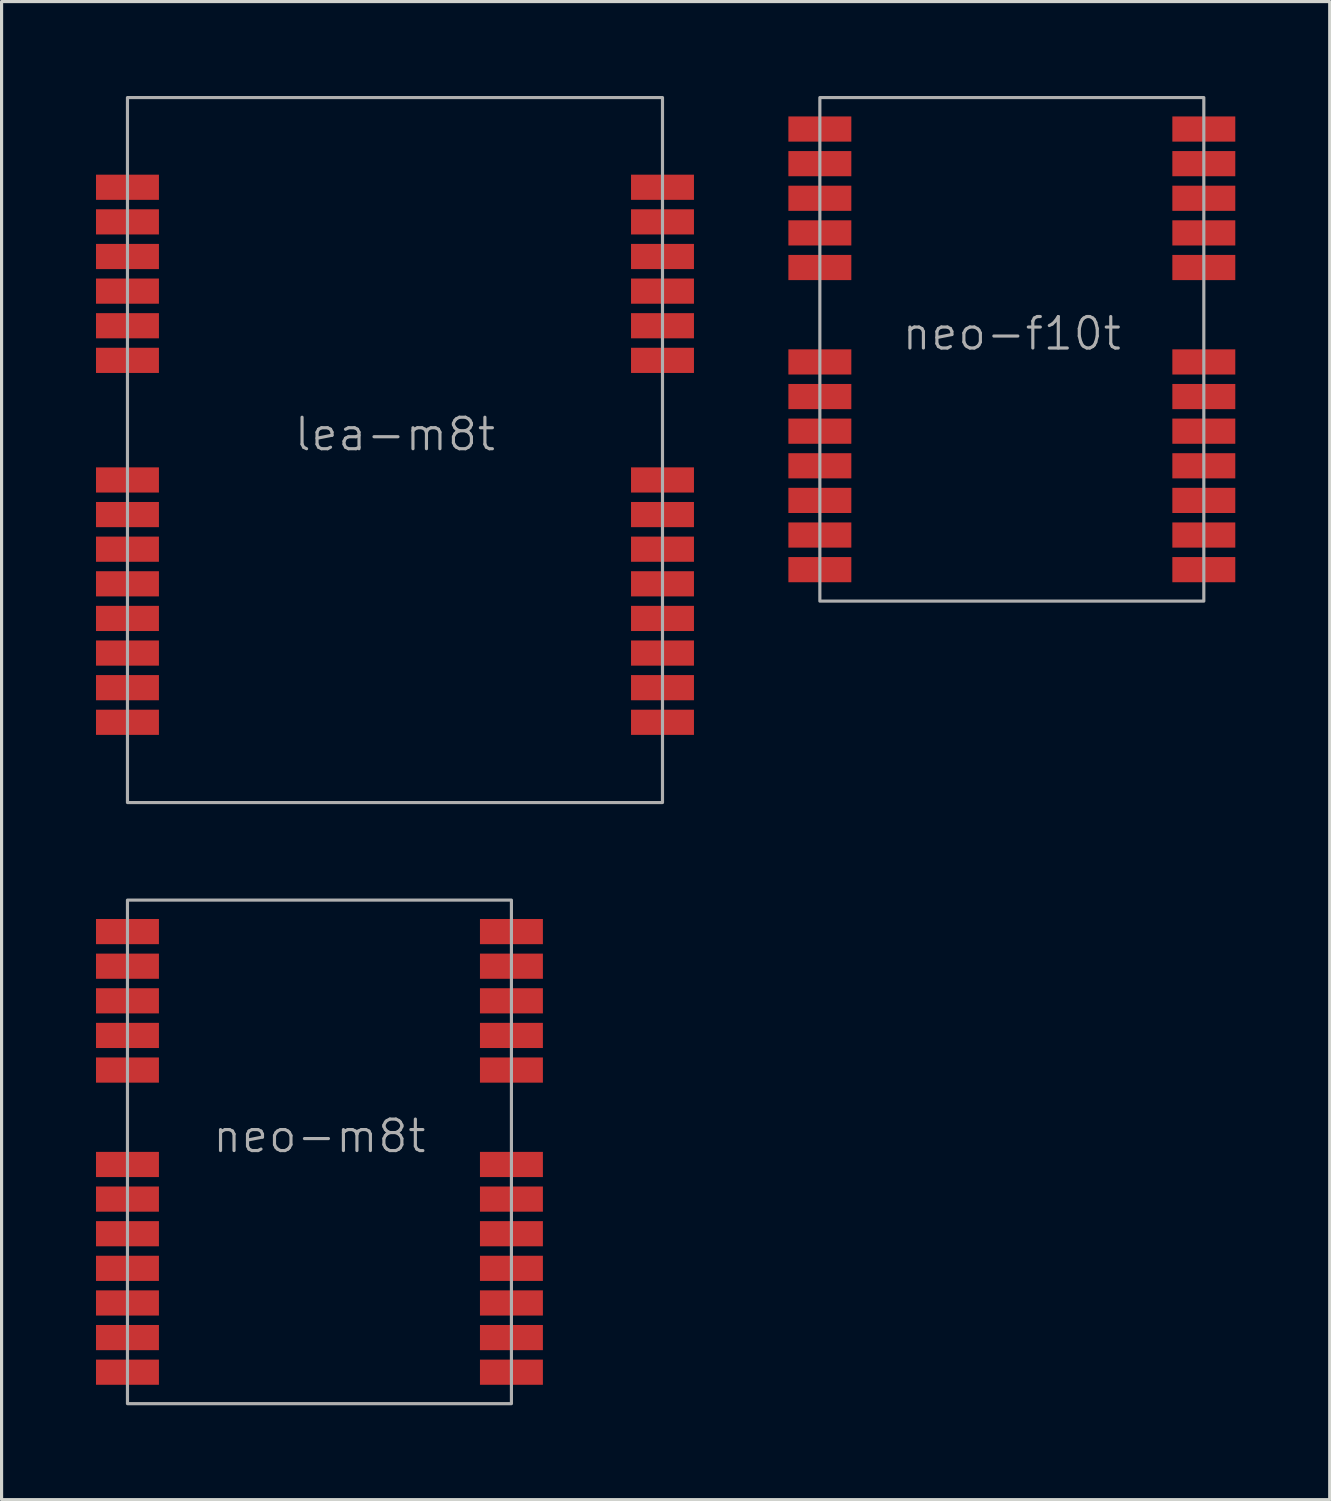
<source format=kicad_pcb>
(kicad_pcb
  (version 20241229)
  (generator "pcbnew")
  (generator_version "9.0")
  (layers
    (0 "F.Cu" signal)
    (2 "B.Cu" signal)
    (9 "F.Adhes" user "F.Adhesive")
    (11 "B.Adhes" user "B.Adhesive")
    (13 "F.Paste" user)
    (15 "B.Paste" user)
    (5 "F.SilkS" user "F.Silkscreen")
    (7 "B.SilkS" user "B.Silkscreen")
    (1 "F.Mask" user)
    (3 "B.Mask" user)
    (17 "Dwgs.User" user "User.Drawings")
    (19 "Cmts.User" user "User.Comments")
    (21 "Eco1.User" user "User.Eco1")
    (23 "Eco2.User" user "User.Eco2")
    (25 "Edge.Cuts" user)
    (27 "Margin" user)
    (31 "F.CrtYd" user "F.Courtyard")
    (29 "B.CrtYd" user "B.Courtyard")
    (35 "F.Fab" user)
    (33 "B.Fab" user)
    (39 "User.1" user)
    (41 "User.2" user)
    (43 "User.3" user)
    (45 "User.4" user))
  (footprint "lea-m8t"
    (layer "F.Cu")
    (at 9.5 11.25)
    (property "Reference" "lea-m8t" (at 0 -0.5 0) (unlocked yes) (layer "F.Fab") (effects (font (size 1 1) (thickness 0.1))))
    (attr smd)
    (fp_rect (start -8.5 11.2) (end 8.5 -11.2) (stroke (width 0.1) (type default)) (fill no) (layer "F.Fab"))
    (pad "1" smd rect (at 8.5 8.65) (size 2 0.8) (layers "F.Cu" "F.Mask" "F.Paste"))
    (pad "2" smd rect (at 8.5 7.55) (size 2 0.8) (layers "F.Cu" "F.Mask" "F.Paste"))
    (pad "3" smd rect (at 8.5 6.45) (size 2 0.8) (layers "F.Cu" "F.Mask" "F.Paste"))
    (pad "4" smd rect (at 8.5 5.35) (size 2 0.8) (layers "F.Cu" "F.Mask" "F.Paste"))
    (pad "5" smd rect (at 8.5 4.25) (size 2 0.8) (layers "F.Cu" "F.Mask" "F.Paste"))
    (pad "6" smd rect (at 8.5 3.15) (size 2 0.8) (layers "F.Cu" "F.Mask" "F.Paste"))
    (pad "7" smd rect (at 8.5 2.05) (size 2 0.8) (layers "F.Cu" "F.Mask" "F.Paste"))
    (pad "8" smd rect (at 8.5 0.95) (size 2 0.8) (layers "F.Cu" "F.Mask" "F.Paste"))
    (pad "9" smd rect (at 8.5 -2.85) (size 2 0.8) (layers "F.Cu" "F.Mask" "F.Paste"))
    (pad "10" smd rect (at 8.5 -3.95) (size 2 0.8) (layers "F.Cu" "F.Mask" "F.Paste"))
    (pad "11" smd rect (at 8.5 -5.05) (size 2 0.8) (layers "F.Cu" "F.Mask" "F.Paste"))
    (pad "12" smd rect (at 8.5 -6.15) (size 2 0.8) (layers "F.Cu" "F.Mask" "F.Paste"))
    (pad "13" smd rect (at 8.5 -7.25) (size 2 0.8) (layers "F.Cu" "F.Mask" "F.Paste"))
    (pad "14" smd rect (at 8.5 -8.35) (size 2 0.8) (layers "F.Cu" "F.Mask" "F.Paste"))
    (pad "15" smd rect (at -8.5 -8.35) (size 2 0.8) (layers "F.Cu" "F.Mask" "F.Paste"))
    (pad "16" smd rect (at -8.5 -7.25) (size 2 0.8) (layers "F.Cu" "F.Mask" "F.Paste"))
    (pad "17" smd rect (at -8.5 -6.15) (size 2 0.8) (layers "F.Cu" "F.Mask" "F.Paste"))
    (pad "18" smd rect (at -8.5 -5.05) (size 2 0.8) (layers "F.Cu" "F.Mask" "F.Paste"))
    (pad "19" smd rect (at -8.5 -3.95) (size 2 0.8) (layers "F.Cu" "F.Mask" "F.Paste"))
    (pad "20" smd rect (at -8.5 -2.85) (size 2 0.8) (layers "F.Cu" "F.Mask" "F.Paste"))
    (pad "21" smd rect (at -8.5 0.95) (size 2 0.8) (layers "F.Cu" "F.Mask" "F.Paste"))
    (pad "22" smd rect (at -8.5 2.05) (size 2 0.8) (layers "F.Cu" "F.Mask" "F.Paste"))
    (pad "23" smd rect (at -8.5 3.15) (size 2 0.8) (layers "F.Cu" "F.Mask" "F.Paste"))
    (pad "24" smd rect (at -8.5 4.25) (size 2 0.8) (layers "F.Cu" "F.Mask" "F.Paste"))
    (pad "25" smd rect (at -8.5 5.35) (size 2 0.8) (layers "F.Cu" "F.Mask" "F.Paste"))
    (pad "26" smd rect (at -8.5 6.45) (size 2 0.8) (layers "F.Cu" "F.Mask" "F.Paste"))
    (pad "27" smd rect (at -8.5 7.55) (size 2 0.8) (layers "F.Cu" "F.Mask" "F.Paste"))
    (pad "28" smd rect (at -8.5 8.65) (size 2 0.8) (layers "F.Cu" "F.Mask" "F.Paste")))
  (footprint "neo-m8t"
    (layer "F.Cu")
    (at 7.1 33.55)
    (property "Reference" "neo-m8t" (at 0 -0.5 0) (unlocked yes) (layer "F.Fab") (effects (font (size 1 1) (thickness 0.1))))
    (attr smd)
    (fp_rect (start -6.1 8) (end 6.1 -8) (stroke (width 0.1) (type default)) (fill no) (layer "F.Fab"))
    (pad "1" smd rect (at 6.1 7) (size 2 0.8) (layers "F.Cu" "F.Mask" "F.Paste"))
    (pad "2" smd rect (at 6.1 5.9) (size 2 0.8) (layers "F.Cu" "F.Mask" "F.Paste"))
    (pad "3" smd rect (at 6.1 4.8) (size 2 0.8) (layers "F.Cu" "F.Mask" "F.Paste"))
    (pad "4" smd rect (at 6.1 3.7) (size 2 0.8) (layers "F.Cu" "F.Mask" "F.Paste"))
    (pad "5" smd rect (at 6.1 2.6) (size 2 0.8) (layers "F.Cu" "F.Mask" "F.Paste"))
    (pad "6" smd rect (at 6.1 1.5) (size 2 0.8) (layers "F.Cu" "F.Mask" "F.Paste"))
    (pad "7" smd rect (at 6.1 0.4) (size 2 0.8) (layers "F.Cu" "F.Mask" "F.Paste"))
    (pad "8" smd rect (at 6.1 -2.6) (size 2 0.8) (layers "F.Cu" "F.Mask" "F.Paste"))
    (pad "9" smd rect (at 6.1 -3.7) (size 2 0.8) (layers "F.Cu" "F.Mask" "F.Paste"))
    (pad "10" smd rect (at 6.1 -4.8) (size 2 0.8) (layers "F.Cu" "F.Mask" "F.Paste"))
    (pad "11" smd rect (at 6.1 -5.9) (size 2 0.8) (layers "F.Cu" "F.Mask" "F.Paste"))
    (pad "12" smd rect (at 6.1 -7) (size 2 0.8) (layers "F.Cu" "F.Mask" "F.Paste"))
    (pad "13" smd rect (at -6.1 -7) (size 2 0.8) (layers "F.Cu" "F.Mask" "F.Paste"))
    (pad "14" smd rect (at -6.1 -5.9) (size 2 0.8) (layers "F.Cu" "F.Mask" "F.Paste"))
    (pad "15" smd rect (at -6.1 -4.8) (size 2 0.8) (layers "F.Cu" "F.Mask" "F.Paste"))
    (pad "16" smd rect (at -6.1 -3.7) (size 2 0.8) (layers "F.Cu" "F.Mask" "F.Paste"))
    (pad "17" smd rect (at -6.1 -2.6) (size 2 0.8) (layers "F.Cu" "F.Mask" "F.Paste"))
    (pad "18" smd rect (at -6.1 0.4) (size 2 0.8) (layers "F.Cu" "F.Mask" "F.Paste"))
    (pad "19" smd rect (at -6.1 1.5) (size 2 0.8) (layers "F.Cu" "F.Mask" "F.Paste"))
    (pad "20" smd rect (at -6.1 2.6) (size 2 0.8) (layers "F.Cu" "F.Mask" "F.Paste"))
    (pad "21" smd rect (at -6.1 3.7) (size 2 0.8) (layers "F.Cu" "F.Mask" "F.Paste"))
    (pad "22" smd rect (at -6.1 4.8) (size 2 0.8) (layers "F.Cu" "F.Mask" "F.Paste"))
    (pad "23" smd rect (at -6.1 5.9) (size 2 0.8) (layers "F.Cu" "F.Mask" "F.Paste"))
    (pad "24" smd rect (at -6.1 7) (size 2 0.8) (layers "F.Cu" "F.Mask" "F.Paste")))
  (footprint "neo-f10t"
    (layer "F.Cu")
    (at 29.1 8.05)
    (property "Reference" "neo-f10t" (at 0 -0.5 0) (unlocked yes) (layer "F.Fab") (effects (font (size 1 1) (thickness 0.1))))
    (attr smd)
    (fp_rect (start -6.1 8) (end 6.1 -8) (stroke (width 0.1) (type default)) (fill no) (layer "F.Fab"))
    (pad "1" smd rect (at 6.1 7) (size 2 0.8) (layers "F.Cu" "F.Mask" "F.Paste"))
    (pad "2" smd rect (at 6.1 5.9) (size 2 0.8) (layers "F.Cu" "F.Mask" "F.Paste"))
    (pad "3" smd rect (at 6.1 4.8) (size 2 0.8) (layers "F.Cu" "F.Mask" "F.Paste"))
    (pad "4" smd rect (at 6.1 3.7) (size 2 0.8) (layers "F.Cu" "F.Mask" "F.Paste"))
    (pad "5" smd rect (at 6.1 2.6) (size 2 0.8) (layers "F.Cu" "F.Mask" "F.Paste"))
    (pad "6" smd rect (at 6.1 1.5) (size 2 0.8) (layers "F.Cu" "F.Mask" "F.Paste"))
    (pad "7" smd rect (at 6.1 0.4) (size 2 0.8) (layers "F.Cu" "F.Mask" "F.Paste"))
    (pad "8" smd rect (at 6.1 -2.6) (size 2 0.8) (layers "F.Cu" "F.Mask" "F.Paste"))
    (pad "9" smd rect (at 6.1 -3.7) (size 2 0.8) (layers "F.Cu" "F.Mask" "F.Paste"))
    (pad "10" smd rect (at 6.1 -4.8) (size 2 0.8) (layers "F.Cu" "F.Mask" "F.Paste"))
    (pad "11" smd rect (at 6.1 -5.9) (size 2 0.8) (layers "F.Cu" "F.Mask" "F.Paste"))
    (pad "12" smd rect (at 6.1 -7) (size 2 0.8) (layers "F.Cu" "F.Mask" "F.Paste"))
    (pad "13" smd rect (at -6.1 -7) (size 2 0.8) (layers "F.Cu" "F.Mask" "F.Paste"))
    (pad "14" smd rect (at -6.1 -5.9) (size 2 0.8) (layers "F.Cu" "F.Mask" "F.Paste"))
    (pad "15" smd rect (at -6.1 -4.8) (size 2 0.8) (layers "F.Cu" "F.Mask" "F.Paste"))
    (pad "16" smd rect (at -6.1 -3.7) (size 2 0.8) (layers "F.Cu" "F.Mask" "F.Paste"))
    (pad "17" smd rect (at -6.1 -2.6) (size 2 0.8) (layers "F.Cu" "F.Mask" "F.Paste"))
    (pad "18" smd rect (at -6.1 0.4) (size 2 0.8) (layers "F.Cu" "F.Mask" "F.Paste"))
    (pad "19" smd rect (at -6.1 1.5) (size 2 0.8) (layers "F.Cu" "F.Mask" "F.Paste"))
    (pad "20" smd rect (at -6.1 2.6) (size 2 0.8) (layers "F.Cu" "F.Mask" "F.Paste"))
    (pad "21" smd rect (at -6.1 3.7) (size 2 0.8) (layers "F.Cu" "F.Mask" "F.Paste"))
    (pad "22" smd rect (at -6.1 4.8) (size 2 0.8) (layers "F.Cu" "F.Mask" "F.Paste"))
    (pad "23" smd rect (at -6.1 5.9) (size 2 0.8) (layers "F.Cu" "F.Mask" "F.Paste"))
    (pad "24" smd rect (at -6.1 7) (size 2 0.8) (layers "F.Cu" "F.Mask" "F.Paste")))
  (gr_rect
    (start -3 -3)
    (end 39.2 44.6)
    (stroke (width 0.1) (type default))
    (fill no)
    (layer "Edge.Cuts")))
</source>
